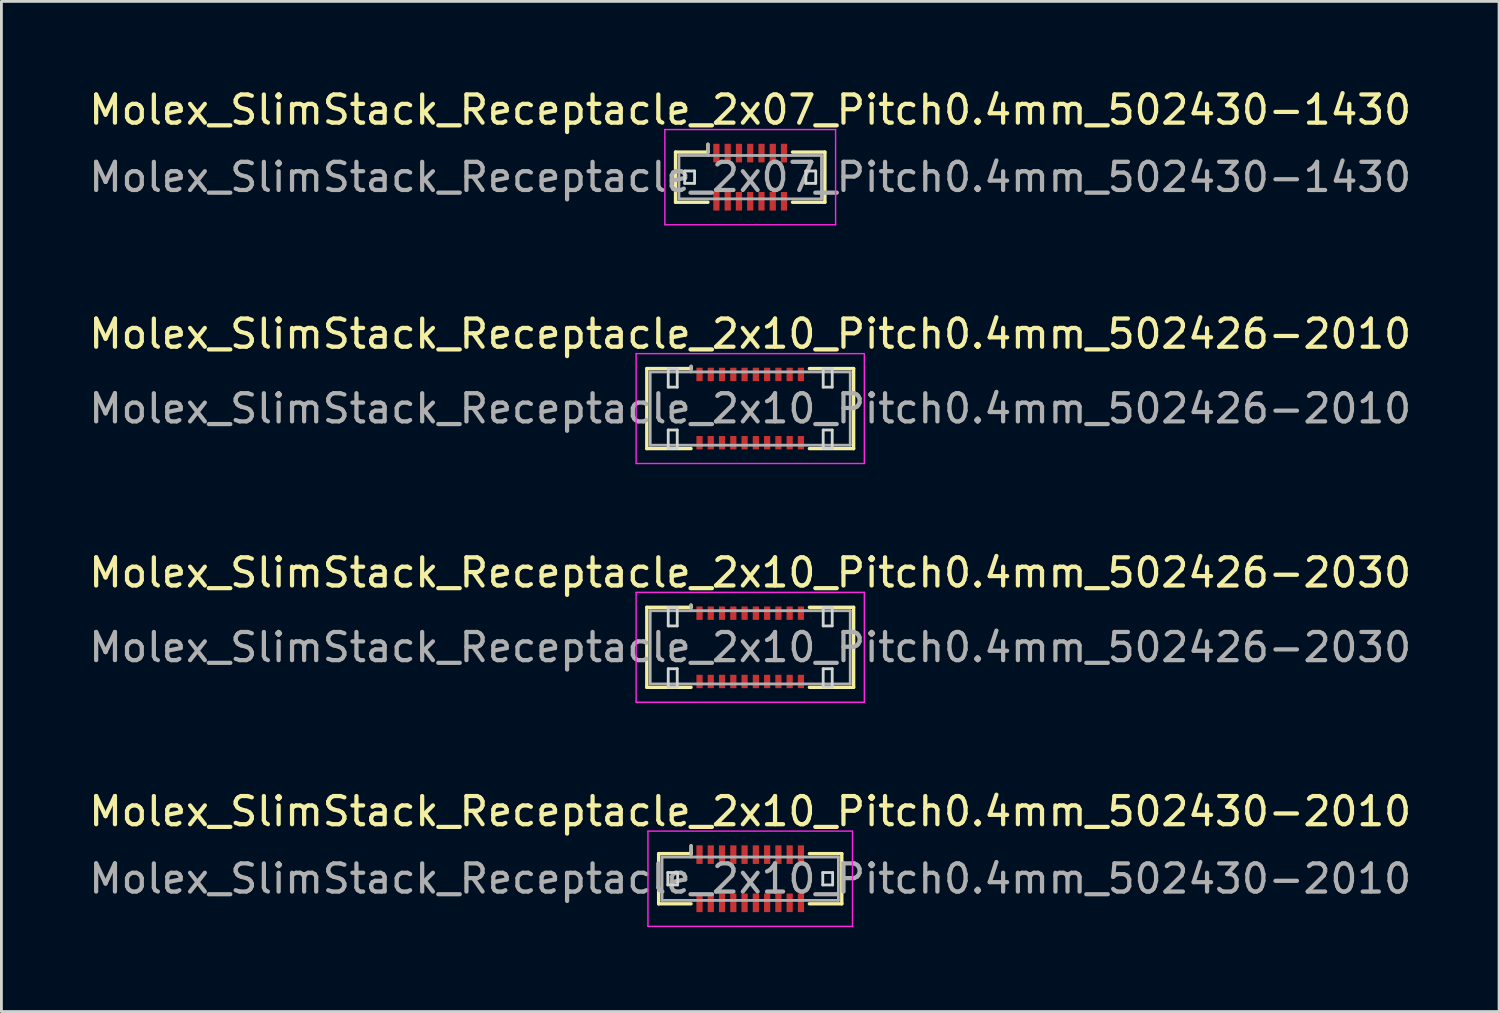
<source format=kicad_pcb>
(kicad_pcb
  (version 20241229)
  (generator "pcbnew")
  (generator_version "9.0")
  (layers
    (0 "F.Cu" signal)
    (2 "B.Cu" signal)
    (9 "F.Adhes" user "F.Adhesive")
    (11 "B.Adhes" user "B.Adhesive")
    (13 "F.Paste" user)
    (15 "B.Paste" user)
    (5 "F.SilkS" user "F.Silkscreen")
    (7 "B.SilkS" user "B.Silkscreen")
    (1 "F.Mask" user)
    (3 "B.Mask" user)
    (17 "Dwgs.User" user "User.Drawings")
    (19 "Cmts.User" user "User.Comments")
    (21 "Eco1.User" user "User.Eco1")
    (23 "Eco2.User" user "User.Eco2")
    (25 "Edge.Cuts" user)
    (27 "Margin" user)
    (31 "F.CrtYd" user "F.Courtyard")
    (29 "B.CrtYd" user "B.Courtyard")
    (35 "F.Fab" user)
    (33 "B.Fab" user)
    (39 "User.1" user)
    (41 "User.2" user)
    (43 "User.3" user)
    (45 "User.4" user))
  (footprint "Molex_SlimStack_Receptacle_2x07_Pitch0.4mm_502430-1430"
    (layer "F.Cu")
    (at 23.577 3.238)
    (property "Reference" "Molex_SlimStack_Receptacle_2x07_Pitch0.4mm_502430-1430" (at 0 -2.39 0) (layer "F.SilkS") (effects (font (size 1 1) (thickness 0.15))))
    (attr smd)
    (fp_line (start -2.65 -0.89) (end -1.5 -0.89) (stroke (width 0.12) (type solid)) (layer "F.SilkS"))
    (fp_line (start -2.65 0.89) (end -2.65 -0.89) (stroke (width 0.12) (type solid)) (layer "F.SilkS"))
    (fp_line (start -1.5 -0.89) (end -1.5 -1.17) (stroke (width 0.12) (type solid)) (layer "F.SilkS"))
    (fp_line (start -1.5 0.89) (end -2.65 0.89) (stroke (width 0.12) (type solid)) (layer "F.SilkS"))
    (fp_line (start 1.5 0.89) (end 2.65 0.89) (stroke (width 0.12) (type solid)) (layer "F.SilkS"))
    (fp_line (start 2.65 -0.89) (end 1.5 -0.89) (stroke (width 0.12) (type solid)) (layer "F.SilkS"))
    (fp_line (start 2.65 0.89) (end 2.65 -0.89) (stroke (width 0.12) (type solid)) (layer "F.SilkS"))
    (fp_line (start -2.325 -0.22) (end -2.325 0.22) (stroke (width 0.1) (type solid)) (layer "Edge.Cuts"))
    (fp_line (start -2.325 0.22) (end -1.975 0.22) (stroke (width 0.1) (type solid)) (layer "Edge.Cuts"))
    (fp_line (start -1.975 -0.22) (end -2.325 -0.22) (stroke (width 0.1) (type solid)) (layer "Edge.Cuts"))
    (fp_line (start -1.975 0.22) (end -1.975 -0.22) (stroke (width 0.1) (type solid)) (layer "Edge.Cuts"))
    (fp_line (start 1.975 -0.22) (end 1.975 0.22) (stroke (width 0.1) (type solid)) (layer "Edge.Cuts"))
    (fp_line (start 1.975 0.22) (end 2.325 0.22) (stroke (width 0.1) (type solid)) (layer "Edge.Cuts"))
    (fp_line (start 2.325 -0.22) (end 1.975 -0.22) (stroke (width 0.1) (type solid)) (layer "Edge.Cuts"))
    (fp_line (start 2.325 0.22) (end 2.325 -0.22) (stroke (width 0.1) (type solid)) (layer "Edge.Cuts"))
    (fp_line (start -3.03 -1.69) (end -3.03 1.69) (stroke (width 0.05) (type solid)) (layer "F.CrtYd"))
    (fp_line (start -3.03 1.69) (end 3.03 1.69) (stroke (width 0.05) (type solid)) (layer "F.CrtYd"))
    (fp_line (start 3.03 -1.69) (end -3.03 -1.69) (stroke (width 0.05) (type solid)) (layer "F.CrtYd"))
    (fp_line (start 3.03 1.69) (end 3.03 -1.69) (stroke (width 0.05) (type solid)) (layer "F.CrtYd"))
    (fp_line (start -2.53 -0.77) (end -2.53 0.77) (stroke (width 0.1) (type solid)) (layer "F.Fab"))
    (fp_line (start -2.53 0.77) (end 2.53 0.77) (stroke (width 0.1) (type solid)) (layer "F.Fab"))
    (fp_line (start -1.5 -0.77) (end -1.5 -1.17) (stroke (width 0.1) (type solid)) (layer "F.Fab"))
    (fp_line (start 2.53 -0.77) (end -2.53 -0.77) (stroke (width 0.1) (type solid)) (layer "F.Fab"))
    (fp_line (start 2.53 0.77) (end 2.53 -0.77) (stroke (width 0.1) (type solid)) (layer "F.Fab"))
    (fp_text user "${REFERENCE}" (at 0 0 0) (layer "F.Fab") (effects (font (size 1 1) (thickness 0.15))))
    (pad "1" smd rect (at -1.2 -0.855) (size 0.22 0.66) (layers "F.Cu" "F.Mask" "F.Paste"))
    (pad "2" smd rect (at -1.2 0.855) (size 0.22 0.66) (layers "F.Cu" "F.Mask" "F.Paste"))
    (pad "3" smd rect (at -0.8 -0.855) (size 0.22 0.66) (layers "F.Cu" "F.Mask" "F.Paste"))
    (pad "4" smd rect (at -0.8 0.855) (size 0.22 0.66) (layers "F.Cu" "F.Mask" "F.Paste"))
    (pad "5" smd rect (at -0.4 -0.855) (size 0.22 0.66) (layers "F.Cu" "F.Mask" "F.Paste"))
    (pad "6" smd rect (at -0.4 0.855) (size 0.22 0.66) (layers "F.Cu" "F.Mask" "F.Paste"))
    (pad "7" smd rect (at 0 -0.855) (size 0.22 0.66) (layers "F.Cu" "F.Mask" "F.Paste"))
    (pad "8" smd rect (at 0 0.855) (size 0.22 0.66) (layers "F.Cu" "F.Mask" "F.Paste"))
    (pad "9" smd rect (at 0.4 -0.855) (size 0.22 0.66) (layers "F.Cu" "F.Mask" "F.Paste"))
    (pad "10" smd rect (at 0.4 0.855) (size 0.22 0.66) (layers "F.Cu" "F.Mask" "F.Paste"))
    (pad "11" smd rect (at 0.8 -0.855) (size 0.22 0.66) (layers "F.Cu" "F.Mask" "F.Paste"))
    (pad "12" smd rect (at 0.8 0.855) (size 0.22 0.66) (layers "F.Cu" "F.Mask" "F.Paste"))
    (pad "13" smd rect (at 1.2 -0.855) (size 0.22 0.66) (layers "F.Cu" "F.Mask" "F.Paste"))
    (pad "14" smd rect (at 1.2 0.855) (size 0.22 0.66) (layers "F.Cu" "F.Mask" "F.Paste")))
  (footprint "Molex_SlimStack_Receptacle_2x10_Pitch0.4mm_502426-2010"
    (layer "F.Cu")
    (at 23.577 11.451)
    (property "Reference" "Molex_SlimStack_Receptacle_2x10_Pitch0.4mm_502426-2010" (at 0 -2.65 0) (layer "F.SilkS") (effects (font (size 1 1) (thickness 0.15))))
    (attr smd)
    (fp_line (start -3.67 -1.42) (end -2.1 -1.42) (stroke (width 0.12) (type solid)) (layer "F.SilkS"))
    (fp_line (start -3.67 1.42) (end -3.67 -1.42) (stroke (width 0.12) (type solid)) (layer "F.SilkS"))
    (fp_line (start -2.1 -1.42) (end -2.1 -1.5) (stroke (width 0.12) (type solid)) (layer "F.SilkS"))
    (fp_line (start -2.1 1.42) (end -3.67 1.42) (stroke (width 0.12) (type solid)) (layer "F.SilkS"))
    (fp_line (start 2.1 1.42) (end 3.67 1.42) (stroke (width 0.12) (type solid)) (layer "F.SilkS"))
    (fp_line (start 3.67 -1.42) (end 2.1 -1.42) (stroke (width 0.12) (type solid)) (layer "F.SilkS"))
    (fp_line (start 3.67 1.42) (end 3.67 -1.42) (stroke (width 0.12) (type solid)) (layer "F.SilkS"))
    (fp_line (start -2.91 -1.41) (end -2.91 -0.76) (stroke (width 0.1) (type solid)) (layer "Edge.Cuts"))
    (fp_line (start -2.91 -0.76) (end -2.59 -0.76) (stroke (width 0.1) (type solid)) (layer "Edge.Cuts"))
    (fp_line (start -2.91 0.76) (end -2.91 1.41) (stroke (width 0.1) (type solid)) (layer "Edge.Cuts"))
    (fp_line (start -2.91 1.41) (end -2.59 1.41) (stroke (width 0.1) (type solid)) (layer "Edge.Cuts"))
    (fp_line (start -2.59 -1.41) (end -2.91 -1.41) (stroke (width 0.1) (type solid)) (layer "Edge.Cuts"))
    (fp_line (start -2.59 -0.76) (end -2.59 -1.41) (stroke (width 0.1) (type solid)) (layer "Edge.Cuts"))
    (fp_line (start -2.59 0.76) (end -2.91 0.76) (stroke (width 0.1) (type solid)) (layer "Edge.Cuts"))
    (fp_line (start -2.59 1.41) (end -2.59 0.76) (stroke (width 0.1) (type solid)) (layer "Edge.Cuts"))
    (fp_line (start 2.59 -1.41) (end 2.59 -0.76) (stroke (width 0.1) (type solid)) (layer "Edge.Cuts"))
    (fp_line (start 2.59 -0.76) (end 2.91 -0.76) (stroke (width 0.1) (type solid)) (layer "Edge.Cuts"))
    (fp_line (start 2.59 0.76) (end 2.59 1.41) (stroke (width 0.1) (type solid)) (layer "Edge.Cuts"))
    (fp_line (start 2.59 1.41) (end 2.91 1.41) (stroke (width 0.1) (type solid)) (layer "Edge.Cuts"))
    (fp_line (start 2.91 -1.41) (end 2.59 -1.41) (stroke (width 0.1) (type solid)) (layer "Edge.Cuts"))
    (fp_line (start 2.91 -0.76) (end 2.91 -1.41) (stroke (width 0.1) (type solid)) (layer "Edge.Cuts"))
    (fp_line (start 2.91 0.76) (end 2.59 0.76) (stroke (width 0.1) (type solid)) (layer "Edge.Cuts"))
    (fp_line (start 2.91 1.41) (end 2.91 0.76) (stroke (width 0.1) (type solid)) (layer "Edge.Cuts"))
    (fp_line (start -4.05 -1.95) (end -4.05 1.95) (stroke (width 0.05) (type solid)) (layer "F.CrtYd"))
    (fp_line (start -4.05 1.95) (end 4.05 1.95) (stroke (width 0.05) (type solid)) (layer "F.CrtYd"))
    (fp_line (start 4.05 -1.95) (end -4.05 -1.95) (stroke (width 0.05) (type solid)) (layer "F.CrtYd"))
    (fp_line (start 4.05 1.95) (end 4.05 -1.95) (stroke (width 0.05) (type solid)) (layer "F.CrtYd"))
    (fp_line (start -3.55 -1.3) (end -3.55 1.3) (stroke (width 0.1) (type solid)) (layer "F.Fab"))
    (fp_line (start -3.55 1.3) (end 3.55 1.3) (stroke (width 0.1) (type solid)) (layer "F.Fab"))
    (fp_line (start -2.1 -1.3) (end -2.1 -1.5) (stroke (width 0.1) (type solid)) (layer "F.Fab"))
    (fp_line (start 3.55 -1.3) (end -3.55 -1.3) (stroke (width 0.1) (type solid)) (layer "F.Fab"))
    (fp_line (start 3.55 1.3) (end 3.55 -1.3) (stroke (width 0.1) (type solid)) (layer "F.Fab"))
    (fp_text user "${REFERENCE}" (at 0 0 0) (layer "F.Fab") (effects (font (size 1 1) (thickness 0.15))))
    (pad "1" smd rect (at -1.8 -1.212) (size 0.22 0.475) (layers "F.Cu" "F.Mask" "F.Paste"))
    (pad "2" smd rect (at -1.8 1.212) (size 0.22 0.475) (layers "F.Cu" "F.Mask" "F.Paste"))
    (pad "3" smd rect (at -1.4 -1.212) (size 0.22 0.475) (layers "F.Cu" "F.Mask" "F.Paste"))
    (pad "4" smd rect (at -1.4 1.212) (size 0.22 0.475) (layers "F.Cu" "F.Mask" "F.Paste"))
    (pad "5" smd rect (at -1 -1.212) (size 0.22 0.475) (layers "F.Cu" "F.Mask" "F.Paste"))
    (pad "6" smd rect (at -1 1.212) (size 0.22 0.475) (layers "F.Cu" "F.Mask" "F.Paste"))
    (pad "7" smd rect (at -0.6 -1.212) (size 0.22 0.475) (layers "F.Cu" "F.Mask" "F.Paste"))
    (pad "8" smd rect (at -0.6 1.212) (size 0.22 0.475) (layers "F.Cu" "F.Mask" "F.Paste"))
    (pad "9" smd rect (at -0.2 -1.212) (size 0.22 0.475) (layers "F.Cu" "F.Mask" "F.Paste"))
    (pad "10" smd rect (at -0.2 1.212) (size 0.22 0.475) (layers "F.Cu" "F.Mask" "F.Paste"))
    (pad "11" smd rect (at 0.2 -1.212) (size 0.22 0.475) (layers "F.Cu" "F.Mask" "F.Paste"))
    (pad "12" smd rect (at 0.2 1.212) (size 0.22 0.475) (layers "F.Cu" "F.Mask" "F.Paste"))
    (pad "13" smd rect (at 0.6 -1.212) (size 0.22 0.475) (layers "F.Cu" "F.Mask" "F.Paste"))
    (pad "14" smd rect (at 0.6 1.212) (size 0.22 0.475) (layers "F.Cu" "F.Mask" "F.Paste"))
    (pad "15" smd rect (at 1 -1.212) (size 0.22 0.475) (layers "F.Cu" "F.Mask" "F.Paste"))
    (pad "16" smd rect (at 1 1.212) (size 0.22 0.475) (layers "F.Cu" "F.Mask" "F.Paste"))
    (pad "17" smd rect (at 1.4 -1.212) (size 0.22 0.475) (layers "F.Cu" "F.Mask" "F.Paste"))
    (pad "18" smd rect (at 1.4 1.212) (size 0.22 0.475) (layers "F.Cu" "F.Mask" "F.Paste"))
    (pad "19" smd rect (at 1.8 -1.212) (size 0.22 0.475) (layers "F.Cu" "F.Mask" "F.Paste"))
    (pad "20" smd rect (at 1.8 1.212) (size 0.22 0.475) (layers "F.Cu" "F.Mask" "F.Paste")))
  (footprint "Molex_SlimStack_Receptacle_2x10_Pitch0.4mm_502426-2030"
    (layer "F.Cu")
    (at 23.577 19.925)
    (property "Reference" "Molex_SlimStack_Receptacle_2x10_Pitch0.4mm_502426-2030" (at 0 -2.65 0) (layer "F.SilkS") (effects (font (size 1 1) (thickness 0.15))))
    (attr smd)
    (fp_line (start -3.67 -1.42) (end -2.1 -1.42) (stroke (width 0.12) (type solid)) (layer "F.SilkS"))
    (fp_line (start -3.67 1.42) (end -3.67 -1.42) (stroke (width 0.12) (type solid)) (layer "F.SilkS"))
    (fp_line (start -2.1 -1.42) (end -2.1 -1.5) (stroke (width 0.12) (type solid)) (layer "F.SilkS"))
    (fp_line (start -2.1 1.42) (end -3.67 1.42) (stroke (width 0.12) (type solid)) (layer "F.SilkS"))
    (fp_line (start 2.1 1.42) (end 3.67 1.42) (stroke (width 0.12) (type solid)) (layer "F.SilkS"))
    (fp_line (start 3.67 -1.42) (end 2.1 -1.42) (stroke (width 0.12) (type solid)) (layer "F.SilkS"))
    (fp_line (start 3.67 1.42) (end 3.67 -1.42) (stroke (width 0.12) (type solid)) (layer "F.SilkS"))
    (fp_line (start -2.91 -1.41) (end -2.91 -0.76) (stroke (width 0.1) (type solid)) (layer "Edge.Cuts"))
    (fp_line (start -2.91 -0.76) (end -2.59 -0.76) (stroke (width 0.1) (type solid)) (layer "Edge.Cuts"))
    (fp_line (start -2.91 0.76) (end -2.91 1.41) (stroke (width 0.1) (type solid)) (layer "Edge.Cuts"))
    (fp_line (start -2.91 1.41) (end -2.59 1.41) (stroke (width 0.1) (type solid)) (layer "Edge.Cuts"))
    (fp_line (start -2.59 -1.41) (end -2.91 -1.41) (stroke (width 0.1) (type solid)) (layer "Edge.Cuts"))
    (fp_line (start -2.59 -0.76) (end -2.59 -1.41) (stroke (width 0.1) (type solid)) (layer "Edge.Cuts"))
    (fp_line (start -2.59 0.76) (end -2.91 0.76) (stroke (width 0.1) (type solid)) (layer "Edge.Cuts"))
    (fp_line (start -2.59 1.41) (end -2.59 0.76) (stroke (width 0.1) (type solid)) (layer "Edge.Cuts"))
    (fp_line (start 2.59 -1.41) (end 2.59 -0.76) (stroke (width 0.1) (type solid)) (layer "Edge.Cuts"))
    (fp_line (start 2.59 -0.76) (end 2.91 -0.76) (stroke (width 0.1) (type solid)) (layer "Edge.Cuts"))
    (fp_line (start 2.59 0.76) (end 2.59 1.41) (stroke (width 0.1) (type solid)) (layer "Edge.Cuts"))
    (fp_line (start 2.59 1.41) (end 2.91 1.41) (stroke (width 0.1) (type solid)) (layer "Edge.Cuts"))
    (fp_line (start 2.91 -1.41) (end 2.59 -1.41) (stroke (width 0.1) (type solid)) (layer "Edge.Cuts"))
    (fp_line (start 2.91 -0.76) (end 2.91 -1.41) (stroke (width 0.1) (type solid)) (layer "Edge.Cuts"))
    (fp_line (start 2.91 0.76) (end 2.59 0.76) (stroke (width 0.1) (type solid)) (layer "Edge.Cuts"))
    (fp_line (start 2.91 1.41) (end 2.91 0.76) (stroke (width 0.1) (type solid)) (layer "Edge.Cuts"))
    (fp_line (start -4.05 -1.95) (end -4.05 1.95) (stroke (width 0.05) (type solid)) (layer "F.CrtYd"))
    (fp_line (start -4.05 1.95) (end 4.05 1.95) (stroke (width 0.05) (type solid)) (layer "F.CrtYd"))
    (fp_line (start 4.05 -1.95) (end -4.05 -1.95) (stroke (width 0.05) (type solid)) (layer "F.CrtYd"))
    (fp_line (start 4.05 1.95) (end 4.05 -1.95) (stroke (width 0.05) (type solid)) (layer "F.CrtYd"))
    (fp_line (start -3.55 -1.3) (end -3.55 1.3) (stroke (width 0.1) (type solid)) (layer "F.Fab"))
    (fp_line (start -3.55 1.3) (end 3.55 1.3) (stroke (width 0.1) (type solid)) (layer "F.Fab"))
    (fp_line (start -2.1 -1.3) (end -2.1 -1.5) (stroke (width 0.1) (type solid)) (layer "F.Fab"))
    (fp_line (start 3.55 -1.3) (end -3.55 -1.3) (stroke (width 0.1) (type solid)) (layer "F.Fab"))
    (fp_line (start 3.55 1.3) (end 3.55 -1.3) (stroke (width 0.1) (type solid)) (layer "F.Fab"))
    (fp_text user "${REFERENCE}" (at 0 0 0) (layer "F.Fab") (effects (font (size 1 1) (thickness 0.15))))
    (pad "1" smd rect (at -1.8 -1.212) (size 0.22 0.475) (layers "F.Cu" "F.Mask" "F.Paste"))
    (pad "2" smd rect (at -1.8 1.212) (size 0.22 0.475) (layers "F.Cu" "F.Mask" "F.Paste"))
    (pad "3" smd rect (at -1.4 -1.212) (size 0.22 0.475) (layers "F.Cu" "F.Mask" "F.Paste"))
    (pad "4" smd rect (at -1.4 1.212) (size 0.22 0.475) (layers "F.Cu" "F.Mask" "F.Paste"))
    (pad "5" smd rect (at -1 -1.212) (size 0.22 0.475) (layers "F.Cu" "F.Mask" "F.Paste"))
    (pad "6" smd rect (at -1 1.212) (size 0.22 0.475) (layers "F.Cu" "F.Mask" "F.Paste"))
    (pad "7" smd rect (at -0.6 -1.212) (size 0.22 0.475) (layers "F.Cu" "F.Mask" "F.Paste"))
    (pad "8" smd rect (at -0.6 1.212) (size 0.22 0.475) (layers "F.Cu" "F.Mask" "F.Paste"))
    (pad "9" smd rect (at -0.2 -1.212) (size 0.22 0.475) (layers "F.Cu" "F.Mask" "F.Paste"))
    (pad "10" smd rect (at -0.2 1.212) (size 0.22 0.475) (layers "F.Cu" "F.Mask" "F.Paste"))
    (pad "11" smd rect (at 0.2 -1.212) (size 0.22 0.475) (layers "F.Cu" "F.Mask" "F.Paste"))
    (pad "12" smd rect (at 0.2 1.212) (size 0.22 0.475) (layers "F.Cu" "F.Mask" "F.Paste"))
    (pad "13" smd rect (at 0.6 -1.212) (size 0.22 0.475) (layers "F.Cu" "F.Mask" "F.Paste"))
    (pad "14" smd rect (at 0.6 1.212) (size 0.22 0.475) (layers "F.Cu" "F.Mask" "F.Paste"))
    (pad "15" smd rect (at 1 -1.212) (size 0.22 0.475) (layers "F.Cu" "F.Mask" "F.Paste"))
    (pad "16" smd rect (at 1 1.212) (size 0.22 0.475) (layers "F.Cu" "F.Mask" "F.Paste"))
    (pad "17" smd rect (at 1.4 -1.212) (size 0.22 0.475) (layers "F.Cu" "F.Mask" "F.Paste"))
    (pad "18" smd rect (at 1.4 1.212) (size 0.22 0.475) (layers "F.Cu" "F.Mask" "F.Paste"))
    (pad "19" smd rect (at 1.8 -1.212) (size 0.22 0.475) (layers "F.Cu" "F.Mask" "F.Paste"))
    (pad "20" smd rect (at 1.8 1.212) (size 0.22 0.475) (layers "F.Cu" "F.Mask" "F.Paste")))
  (footprint "Molex_SlimStack_Receptacle_2x10_Pitch0.4mm_502430-2010"
    (layer "F.Cu")
    (at 23.577 28.138)
    (property "Reference" "Molex_SlimStack_Receptacle_2x10_Pitch0.4mm_502430-2010" (at 0 -2.39 0) (layer "F.SilkS") (effects (font (size 1 1) (thickness 0.15))))
    (attr smd)
    (fp_line (start -3.25 -0.89) (end -2.1 -0.89) (stroke (width 0.12) (type solid)) (layer "F.SilkS"))
    (fp_line (start -3.25 0.89) (end -3.25 -0.89) (stroke (width 0.12) (type solid)) (layer "F.SilkS"))
    (fp_line (start -2.1 -0.89) (end -2.1 -1.17) (stroke (width 0.12) (type solid)) (layer "F.SilkS"))
    (fp_line (start -2.1 0.89) (end -3.25 0.89) (stroke (width 0.12) (type solid)) (layer "F.SilkS"))
    (fp_line (start 2.1 0.89) (end 3.25 0.89) (stroke (width 0.12) (type solid)) (layer "F.SilkS"))
    (fp_line (start 3.25 -0.89) (end 2.1 -0.89) (stroke (width 0.12) (type solid)) (layer "F.SilkS"))
    (fp_line (start 3.25 0.89) (end 3.25 -0.89) (stroke (width 0.12) (type solid)) (layer "F.SilkS"))
    (fp_line (start -2.925 -0.22) (end -2.925 0.22) (stroke (width 0.1) (type solid)) (layer "Edge.Cuts"))
    (fp_line (start -2.925 0.22) (end -2.575 0.22) (stroke (width 0.1) (type solid)) (layer "Edge.Cuts"))
    (fp_line (start -2.575 -0.22) (end -2.925 -0.22) (stroke (width 0.1) (type solid)) (layer "Edge.Cuts"))
    (fp_line (start -2.575 0.22) (end -2.575 -0.22) (stroke (width 0.1) (type solid)) (layer "Edge.Cuts"))
    (fp_line (start 2.575 -0.22) (end 2.575 0.22) (stroke (width 0.1) (type solid)) (layer "Edge.Cuts"))
    (fp_line (start 2.575 0.22) (end 2.925 0.22) (stroke (width 0.1) (type solid)) (layer "Edge.Cuts"))
    (fp_line (start 2.925 -0.22) (end 2.575 -0.22) (stroke (width 0.1) (type solid)) (layer "Edge.Cuts"))
    (fp_line (start 2.925 0.22) (end 2.925 -0.22) (stroke (width 0.1) (type solid)) (layer "Edge.Cuts"))
    (fp_line (start -3.63 -1.69) (end -3.63 1.69) (stroke (width 0.05) (type solid)) (layer "F.CrtYd"))
    (fp_line (start -3.63 1.69) (end 3.63 1.69) (stroke (width 0.05) (type solid)) (layer "F.CrtYd"))
    (fp_line (start 3.63 -1.69) (end -3.63 -1.69) (stroke (width 0.05) (type solid)) (layer "F.CrtYd"))
    (fp_line (start 3.63 1.69) (end 3.63 -1.69) (stroke (width 0.05) (type solid)) (layer "F.CrtYd"))
    (fp_line (start -3.13 -0.77) (end -3.13 0.77) (stroke (width 0.1) (type solid)) (layer "F.Fab"))
    (fp_line (start -3.13 0.77) (end 3.13 0.77) (stroke (width 0.1) (type solid)) (layer "F.Fab"))
    (fp_line (start -2.1 -0.77) (end -2.1 -1.17) (stroke (width 0.1) (type solid)) (layer "F.Fab"))
    (fp_line (start 3.13 -0.77) (end -3.13 -0.77) (stroke (width 0.1) (type solid)) (layer "F.Fab"))
    (fp_line (start 3.13 0.77) (end 3.13 -0.77) (stroke (width 0.1) (type solid)) (layer "F.Fab"))
    (fp_text user "${REFERENCE}" (at 0 0 0) (layer "F.Fab") (effects (font (size 1 1) (thickness 0.15))))
    (pad "1" smd rect (at -1.8 -0.855) (size 0.22 0.66) (layers "F.Cu" "F.Mask" "F.Paste"))
    (pad "2" smd rect (at -1.8 0.855) (size 0.22 0.66) (layers "F.Cu" "F.Mask" "F.Paste"))
    (pad "3" smd rect (at -1.4 -0.855) (size 0.22 0.66) (layers "F.Cu" "F.Mask" "F.Paste"))
    (pad "4" smd rect (at -1.4 0.855) (size 0.22 0.66) (layers "F.Cu" "F.Mask" "F.Paste"))
    (pad "5" smd rect (at -1 -0.855) (size 0.22 0.66) (layers "F.Cu" "F.Mask" "F.Paste"))
    (pad "6" smd rect (at -1 0.855) (size 0.22 0.66) (layers "F.Cu" "F.Mask" "F.Paste"))
    (pad "7" smd rect (at -0.6 -0.855) (size 0.22 0.66) (layers "F.Cu" "F.Mask" "F.Paste"))
    (pad "8" smd rect (at -0.6 0.855) (size 0.22 0.66) (layers "F.Cu" "F.Mask" "F.Paste"))
    (pad "9" smd rect (at -0.2 -0.855) (size 0.22 0.66) (layers "F.Cu" "F.Mask" "F.Paste"))
    (pad "10" smd rect (at -0.2 0.855) (size 0.22 0.66) (layers "F.Cu" "F.Mask" "F.Paste"))
    (pad "11" smd rect (at 0.2 -0.855) (size 0.22 0.66) (layers "F.Cu" "F.Mask" "F.Paste"))
    (pad "12" smd rect (at 0.2 0.855) (size 0.22 0.66) (layers "F.Cu" "F.Mask" "F.Paste"))
    (pad "13" smd rect (at 0.6 -0.855) (size 0.22 0.66) (layers "F.Cu" "F.Mask" "F.Paste"))
    (pad "14" smd rect (at 0.6 0.855) (size 0.22 0.66) (layers "F.Cu" "F.Mask" "F.Paste"))
    (pad "15" smd rect (at 1 -0.855) (size 0.22 0.66) (layers "F.Cu" "F.Mask" "F.Paste"))
    (pad "16" smd rect (at 1 0.855) (size 0.22 0.66) (layers "F.Cu" "F.Mask" "F.Paste"))
    (pad "17" smd rect (at 1.4 -0.855) (size 0.22 0.66) (layers "F.Cu" "F.Mask" "F.Paste"))
    (pad "18" smd rect (at 1.4 0.855) (size 0.22 0.66) (layers "F.Cu" "F.Mask" "F.Paste"))
    (pad "19" smd rect (at 1.8 -0.855) (size 0.22 0.66) (layers "F.Cu" "F.Mask" "F.Paste"))
    (pad "20" smd rect (at 1.8 0.855) (size 0.22 0.66) (layers "F.Cu" "F.Mask" "F.Paste")))
  (gr_rect
    (start -3 -3)
    (end 50.155 32.853)
    (stroke (width 0.1) (type default))
    (fill no)
    (layer "Edge.Cuts")))
</source>
